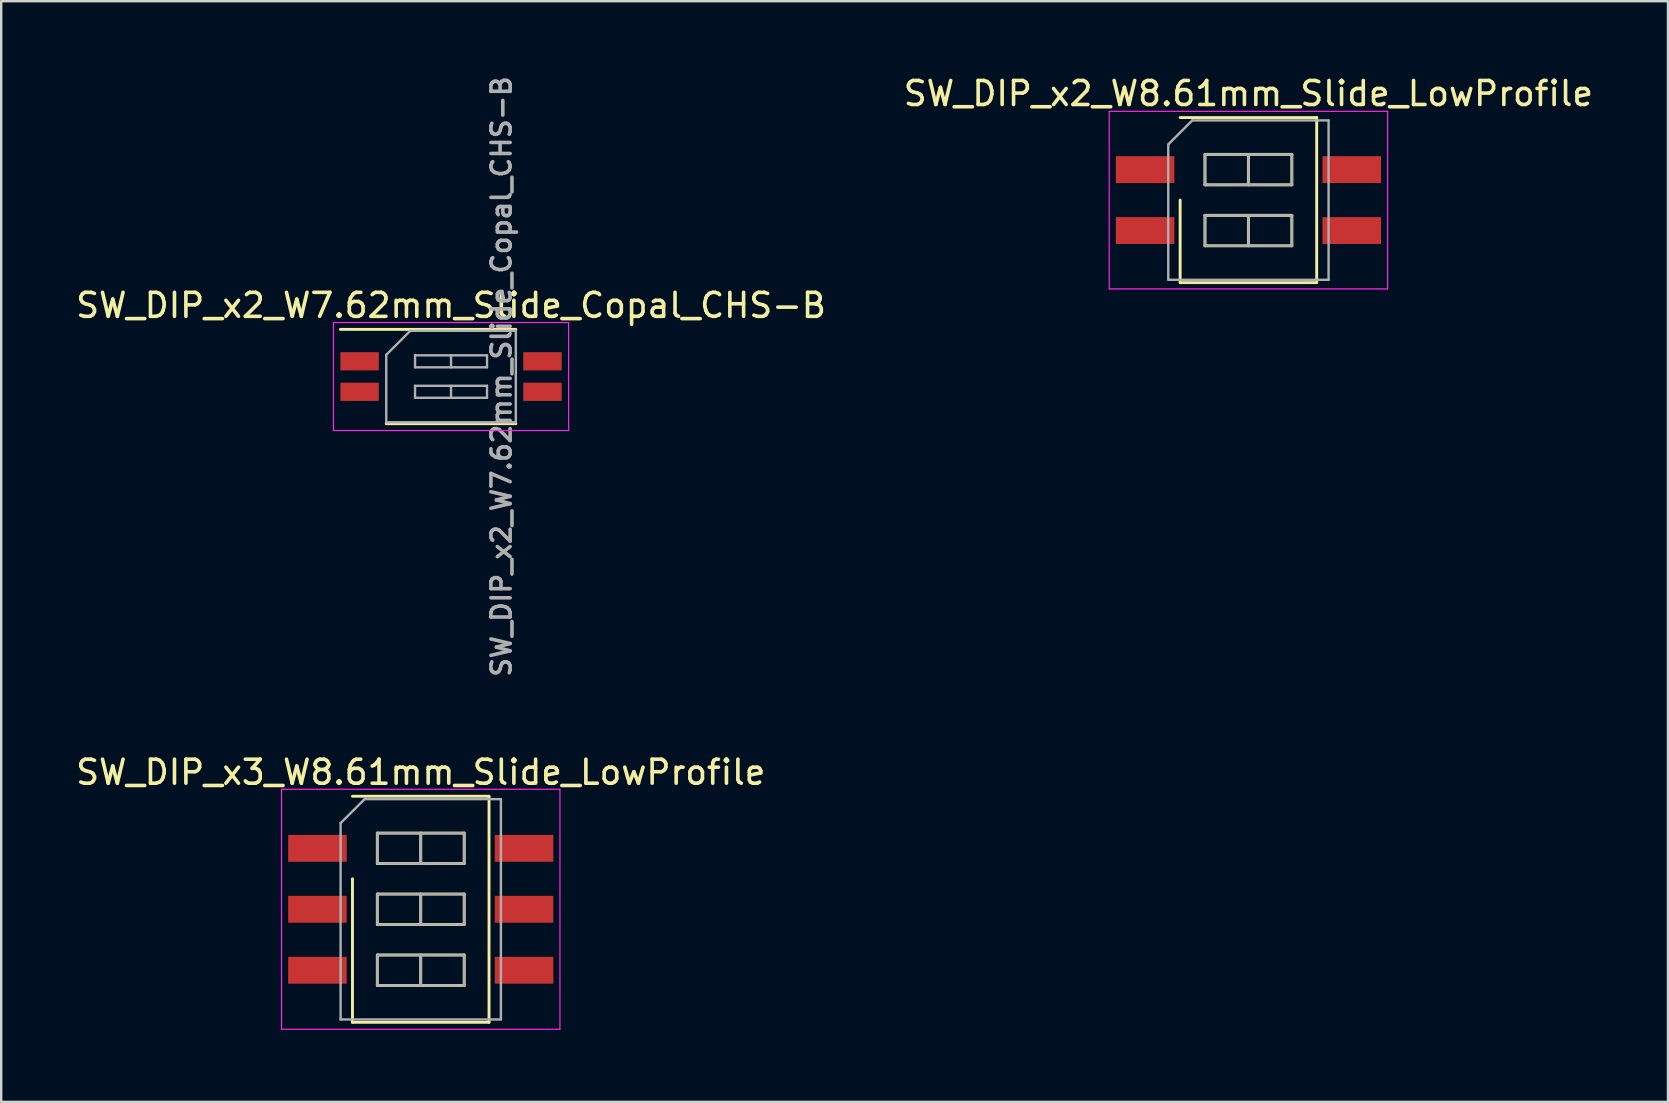
<source format=kicad_pcb>
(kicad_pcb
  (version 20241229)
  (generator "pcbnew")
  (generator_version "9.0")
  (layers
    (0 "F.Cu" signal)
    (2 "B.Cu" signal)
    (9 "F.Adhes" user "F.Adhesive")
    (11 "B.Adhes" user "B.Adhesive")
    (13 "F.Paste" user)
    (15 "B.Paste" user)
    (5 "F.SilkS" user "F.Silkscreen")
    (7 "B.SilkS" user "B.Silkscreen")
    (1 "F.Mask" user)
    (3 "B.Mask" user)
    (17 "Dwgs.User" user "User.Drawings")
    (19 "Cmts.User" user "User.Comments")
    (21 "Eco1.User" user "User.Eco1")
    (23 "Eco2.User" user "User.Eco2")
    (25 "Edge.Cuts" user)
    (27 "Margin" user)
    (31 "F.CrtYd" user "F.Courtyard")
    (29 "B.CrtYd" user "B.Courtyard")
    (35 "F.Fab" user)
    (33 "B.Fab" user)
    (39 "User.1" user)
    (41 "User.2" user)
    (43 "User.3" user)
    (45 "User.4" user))
  (footprint "SW_DIP_x2_W7.62mm_Slide_Copal_CHS-B"
    (layer "F.Cu")
    (at 15.744 12.64)
    (property "Reference" "SW_DIP_x2_W7.62mm_Slide_Copal_CHS-B" (at 0 -2.965 0) (layer "F.SilkS") (effects (font (size 1 1) (thickness 0.15))))
    (attr smd)
    (fp_line (start -4.61 -1.965) (end 2.7 -1.965) (stroke (width 0.12) (type solid)) (layer "F.SilkS"))
    (fp_line (start -2.7 1.965) (end 2.7 1.965) (stroke (width 0.12) (type solid)) (layer "F.SilkS"))
    (fp_line (start -4.9 -2.25) (end -4.9 2.25) (stroke (width 0.05) (type solid)) (layer "F.CrtYd"))
    (fp_line (start -4.9 2.25) (end 4.9 2.25) (stroke (width 0.05) (type solid)) (layer "F.CrtYd"))
    (fp_line (start 4.9 -2.25) (end -4.9 -2.25) (stroke (width 0.05) (type solid)) (layer "F.CrtYd"))
    (fp_line (start 4.9 2.25) (end 4.9 -2.25) (stroke (width 0.05) (type solid)) (layer "F.CrtYd"))
    (fp_line (start -2.7 -0.905) (end -1.7 -1.905) (stroke (width 0.1) (type solid)) (layer "F.Fab"))
    (fp_line (start -2.7 1.905) (end -2.7 -0.905) (stroke (width 0.1) (type solid)) (layer "F.Fab"))
    (fp_line (start -1.7 -1.905) (end 2.7 -1.905) (stroke (width 0.1) (type solid)) (layer "F.Fab"))
    (fp_line (start -1.5 -0.885) (end -1.5 -0.385) (stroke (width 0.1) (type solid)) (layer "F.Fab"))
    (fp_line (start -1.5 -0.385) (end 1.5 -0.385) (stroke (width 0.1) (type solid)) (layer "F.Fab"))
    (fp_line (start -1.5 0.385) (end -1.5 0.885) (stroke (width 0.1) (type solid)) (layer "F.Fab"))
    (fp_line (start -1.5 0.885) (end 1.5 0.885) (stroke (width 0.1) (type solid)) (layer "F.Fab"))
    (fp_line (start 0 -0.885) (end 0 -0.385) (stroke (width 0.1) (type solid)) (layer "F.Fab"))
    (fp_line (start 0 0.385) (end 0 0.885) (stroke (width 0.1) (type solid)) (layer "F.Fab"))
    (fp_line (start 1.5 -0.885) (end -1.5 -0.885) (stroke (width 0.1) (type solid)) (layer "F.Fab"))
    (fp_line (start 1.5 -0.385) (end 1.5 -0.885) (stroke (width 0.1) (type solid)) (layer "F.Fab"))
    (fp_line (start 1.5 0.385) (end -1.5 0.385) (stroke (width 0.1) (type solid)) (layer "F.Fab"))
    (fp_line (start 1.5 0.885) (end 1.5 0.385) (stroke (width 0.1) (type solid)) (layer "F.Fab"))
    (fp_line (start 2.7 -1.905) (end 2.7 1.905) (stroke (width 0.1) (type solid)) (layer "F.Fab"))
    (fp_line (start 2.7 1.905) (end -2.7 1.905) (stroke (width 0.1) (type solid)) (layer "F.Fab"))
    (fp_text user "${REFERENCE}" (at 2.1 0 90) (layer "F.Fab") (effects (font (size 0.8 0.8) (thickness 0.15))))
    (pad "1" smd rect (at -3.81 -0.635) (size 1.6 0.76) (layers "F.Cu" "F.Mask" "F.Paste"))
    (pad "2" smd rect (at -3.81 0.635) (size 1.6 0.76) (layers "F.Cu" "F.Mask" "F.Paste"))
    (pad "3" smd rect (at 3.81 0.635) (size 1.6 0.76) (layers "F.Cu" "F.Mask" "F.Paste"))
    (pad "4" smd rect (at 3.81 -0.635) (size 1.6 0.76) (layers "F.Cu" "F.Mask" "F.Paste")))
  (footprint "SW_DIP_x3_W8.61mm_Slide_LowProfile"
    (layer "F.Cu")
    (at 14.482 34.839)
    (property "Reference" "SW_DIP_x3_W8.61mm_Slide_LowProfile" (at 0 -5.71 0) (layer "F.SilkS") (effects (font (size 1 1) (thickness 0.15))))
    (attr smd)
    (fp_line (start -2.845 -4.71) (end 2.845 -4.71) (stroke (width 0.12) (type solid)) (layer "F.SilkS"))
    (fp_line (start -2.845 4.71) (end -2.845 -1.27) (stroke (width 0.12) (type solid)) (layer "F.SilkS"))
    (fp_line (start -1.81 -3.175) (end -1.81 -1.905) (stroke (width 0.12) (type solid)) (layer "F.SilkS"))
    (fp_line (start -1.81 -1.905) (end 1.81 -1.905) (stroke (width 0.12) (type solid)) (layer "F.SilkS"))
    (fp_line (start -1.81 -0.635) (end -1.81 0.635) (stroke (width 0.12) (type solid)) (layer "F.SilkS"))
    (fp_line (start -1.81 0.635) (end 1.81 0.635) (stroke (width 0.12) (type solid)) (layer "F.SilkS"))
    (fp_line (start -1.81 1.905) (end -1.81 3.175) (stroke (width 0.12) (type solid)) (layer "F.SilkS"))
    (fp_line (start -1.81 3.175) (end 1.81 3.175) (stroke (width 0.12) (type solid)) (layer "F.SilkS"))
    (fp_line (start 0 -3.175) (end 0 -1.905) (stroke (width 0.12) (type solid)) (layer "F.SilkS"))
    (fp_line (start 0 -0.635) (end 0 0.635) (stroke (width 0.12) (type solid)) (layer "F.SilkS"))
    (fp_line (start 0 1.905) (end 0 3.175) (stroke (width 0.12) (type solid)) (layer "F.SilkS"))
    (fp_line (start 1.81 -3.175) (end -1.81 -3.175) (stroke (width 0.12) (type solid)) (layer "F.SilkS"))
    (fp_line (start 1.81 -1.905) (end 1.81 -3.175) (stroke (width 0.12) (type solid)) (layer "F.SilkS"))
    (fp_line (start 1.81 -0.635) (end -1.81 -0.635) (stroke (width 0.12) (type solid)) (layer "F.SilkS"))
    (fp_line (start 1.81 0.635) (end 1.81 -0.635) (stroke (width 0.12) (type solid)) (layer "F.SilkS"))
    (fp_line (start 1.81 1.905) (end -1.81 1.905) (stroke (width 0.12) (type solid)) (layer "F.SilkS"))
    (fp_line (start 1.81 3.175) (end 1.81 1.905) (stroke (width 0.12) (type solid)) (layer "F.SilkS"))
    (fp_line (start 2.845 -4.71) (end 2.845 4.71) (stroke (width 0.12) (type solid)) (layer "F.SilkS"))
    (fp_line (start 2.845 4.71) (end -2.845 4.71) (stroke (width 0.12) (type solid)) (layer "F.SilkS"))
    (fp_line (start -5.8 -5) (end -5.8 5) (stroke (width 0.05) (type solid)) (layer "F.CrtYd"))
    (fp_line (start -5.8 5) (end 5.8 5) (stroke (width 0.05) (type solid)) (layer "F.CrtYd"))
    (fp_line (start 5.8 -5) (end -5.8 -5) (stroke (width 0.05) (type solid)) (layer "F.CrtYd"))
    (fp_line (start 5.8 5) (end 5.8 -5) (stroke (width 0.05) (type solid)) (layer "F.CrtYd"))
    (fp_line (start -3.34 -3.59) (end -2.34 -4.59) (stroke (width 0.1) (type solid)) (layer "F.Fab"))
    (fp_line (start -3.34 4.59) (end -3.34 -3.59) (stroke (width 0.1) (type solid)) (layer "F.Fab"))
    (fp_line (start -2.34 -4.59) (end 3.34 -4.59) (stroke (width 0.1) (type solid)) (layer "F.Fab"))
    (fp_line (start -1.81 -3.175) (end -1.81 -1.905) (stroke (width 0.1) (type solid)) (layer "F.Fab"))
    (fp_line (start -1.81 -1.905) (end 1.81 -1.905) (stroke (width 0.1) (type solid)) (layer "F.Fab"))
    (fp_line (start -1.81 -0.635) (end -1.81 0.635) (stroke (width 0.1) (type solid)) (layer "F.Fab"))
    (fp_line (start -1.81 0.635) (end 1.81 0.635) (stroke (width 0.1) (type solid)) (layer "F.Fab"))
    (fp_line (start -1.81 1.905) (end -1.81 3.175) (stroke (width 0.1) (type solid)) (layer "F.Fab"))
    (fp_line (start -1.81 3.175) (end 1.81 3.175) (stroke (width 0.1) (type solid)) (layer "F.Fab"))
    (fp_line (start 0 -3.175) (end 0 -1.905) (stroke (width 0.1) (type solid)) (layer "F.Fab"))
    (fp_line (start 0 -0.635) (end 0 0.635) (stroke (width 0.1) (type solid)) (layer "F.Fab"))
    (fp_line (start 0 1.905) (end 0 3.175) (stroke (width 0.1) (type solid)) (layer "F.Fab"))
    (fp_line (start 1.81 -3.175) (end -1.81 -3.175) (stroke (width 0.1) (type solid)) (layer "F.Fab"))
    (fp_line (start 1.81 -1.905) (end 1.81 -3.175) (stroke (width 0.1) (type solid)) (layer "F.Fab"))
    (fp_line (start 1.81 -0.635) (end -1.81 -0.635) (stroke (width 0.1) (type solid)) (layer "F.Fab"))
    (fp_line (start 1.81 0.635) (end 1.81 -0.635) (stroke (width 0.1) (type solid)) (layer "F.Fab"))
    (fp_line (start 1.81 1.905) (end -1.81 1.905) (stroke (width 0.1) (type solid)) (layer "F.Fab"))
    (fp_line (start 1.81 3.175) (end 1.81 1.905) (stroke (width 0.1) (type solid)) (layer "F.Fab"))
    (fp_line (start 3.34 -4.59) (end 3.34 4.59) (stroke (width 0.1) (type solid)) (layer "F.Fab"))
    (fp_line (start 3.34 4.59) (end -3.34 4.59) (stroke (width 0.1) (type solid)) (layer "F.Fab"))
    (pad "1" smd rect (at -4.305 -2.54) (size 2.44 1.12) (layers "F.Cu" "F.Mask"))
    (pad "2" smd rect (at -4.305 0) (size 2.44 1.12) (layers "F.Cu" "F.Mask"))
    (pad "3" smd rect (at -4.305 2.54) (size 2.44 1.12) (layers "F.Cu" "F.Mask"))
    (pad "4" smd rect (at 4.305 2.54) (size 2.44 1.12) (layers "F.Cu" "F.Mask"))
    (pad "5" smd rect (at 4.305 0) (size 2.44 1.12) (layers "F.Cu" "F.Mask"))
    (pad "6" smd rect (at 4.305 -2.54) (size 2.44 1.12) (layers "F.Cu" "F.Mask")))
  (footprint "SW_DIP_x2_W8.61mm_Slide_LowProfile"
    (layer "F.Cu")
    (at 48.97 5.288)
    (property "Reference" "SW_DIP_x2_W8.61mm_Slide_LowProfile" (at 0 -4.44 0) (layer "F.SilkS") (effects (font (size 1 1) (thickness 0.15))))
    (attr smd)
    (fp_line (start -2.845 -3.44) (end 2.845 -3.44) (stroke (width 0.12) (type solid)) (layer "F.SilkS"))
    (fp_line (start -2.845 3.44) (end -2.845 0) (stroke (width 0.12) (type solid)) (layer "F.SilkS"))
    (fp_line (start -1.81 -1.905) (end -1.81 -0.635) (stroke (width 0.12) (type solid)) (layer "F.SilkS"))
    (fp_line (start -1.81 -0.635) (end 1.81 -0.635) (stroke (width 0.12) (type solid)) (layer "F.SilkS"))
    (fp_line (start -1.81 0.635) (end -1.81 1.905) (stroke (width 0.12) (type solid)) (layer "F.SilkS"))
    (fp_line (start -1.81 1.905) (end 1.81 1.905) (stroke (width 0.12) (type solid)) (layer "F.SilkS"))
    (fp_line (start 0 -1.905) (end 0 -0.635) (stroke (width 0.12) (type solid)) (layer "F.SilkS"))
    (fp_line (start 0 0.635) (end 0 1.905) (stroke (width 0.12) (type solid)) (layer "F.SilkS"))
    (fp_line (start 1.81 -1.905) (end -1.81 -1.905) (stroke (width 0.12) (type solid)) (layer "F.SilkS"))
    (fp_line (start 1.81 -0.635) (end 1.81 -1.905) (stroke (width 0.12) (type solid)) (layer "F.SilkS"))
    (fp_line (start 1.81 0.635) (end -1.81 0.635) (stroke (width 0.12) (type solid)) (layer "F.SilkS"))
    (fp_line (start 1.81 1.905) (end 1.81 0.635) (stroke (width 0.12) (type solid)) (layer "F.SilkS"))
    (fp_line (start 2.845 -3.44) (end 2.845 3.44) (stroke (width 0.12) (type solid)) (layer "F.SilkS"))
    (fp_line (start 2.845 3.44) (end -2.845 3.44) (stroke (width 0.12) (type solid)) (layer "F.SilkS"))
    (fp_line (start -5.8 -3.7) (end -5.8 3.7) (stroke (width 0.05) (type solid)) (layer "F.CrtYd"))
    (fp_line (start -5.8 3.7) (end 5.8 3.7) (stroke (width 0.05) (type solid)) (layer "F.CrtYd"))
    (fp_line (start 5.8 -3.7) (end -5.8 -3.7) (stroke (width 0.05) (type solid)) (layer "F.CrtYd"))
    (fp_line (start 5.8 3.7) (end 5.8 -3.7) (stroke (width 0.05) (type solid)) (layer "F.CrtYd"))
    (fp_line (start -3.34 -2.32) (end -2.34 -3.32) (stroke (width 0.1) (type solid)) (layer "F.Fab"))
    (fp_line (start -3.34 3.32) (end -3.34 -2.32) (stroke (width 0.1) (type solid)) (layer "F.Fab"))
    (fp_line (start -2.34 -3.32) (end 3.34 -3.32) (stroke (width 0.1) (type solid)) (layer "F.Fab"))
    (fp_line (start -1.81 -1.905) (end -1.81 -0.635) (stroke (width 0.1) (type solid)) (layer "F.Fab"))
    (fp_line (start -1.81 -0.635) (end 1.81 -0.635) (stroke (width 0.1) (type solid)) (layer "F.Fab"))
    (fp_line (start -1.81 0.635) (end -1.81 1.905) (stroke (width 0.1) (type solid)) (layer "F.Fab"))
    (fp_line (start -1.81 1.905) (end 1.81 1.905) (stroke (width 0.1) (type solid)) (layer "F.Fab"))
    (fp_line (start 0 -1.905) (end 0 -0.635) (stroke (width 0.1) (type solid)) (layer "F.Fab"))
    (fp_line (start 0 0.635) (end 0 1.905) (stroke (width 0.1) (type solid)) (layer "F.Fab"))
    (fp_line (start 1.81 -1.905) (end -1.81 -1.905) (stroke (width 0.1) (type solid)) (layer "F.Fab"))
    (fp_line (start 1.81 -0.635) (end 1.81 -1.905) (stroke (width 0.1) (type solid)) (layer "F.Fab"))
    (fp_line (start 1.81 0.635) (end -1.81 0.635) (stroke (width 0.1) (type solid)) (layer "F.Fab"))
    (fp_line (start 1.81 1.905) (end 1.81 0.635) (stroke (width 0.1) (type solid)) (layer "F.Fab"))
    (fp_line (start 3.34 -3.32) (end 3.34 3.32) (stroke (width 0.1) (type solid)) (layer "F.Fab"))
    (fp_line (start 3.34 3.32) (end -3.34 3.32) (stroke (width 0.1) (type solid)) (layer "F.Fab"))
    (pad "1" smd rect (at -4.305 -1.27) (size 2.44 1.12) (layers "F.Cu" "F.Mask"))
    (pad "2" smd rect (at -4.305 1.27) (size 2.44 1.12) (layers "F.Cu" "F.Mask"))
    (pad "3" smd rect (at 4.305 1.27) (size 2.44 1.12) (layers "F.Cu" "F.Mask"))
    (pad "4" smd rect (at 4.305 -1.27) (size 2.44 1.12) (layers "F.Cu" "F.Mask")))
  (gr_rect
    (start -3 -3)
    (end 66.452 42.864)
    (stroke (width 0.1) (type default))
    (fill no)
    (layer "Edge.Cuts")))
</source>
